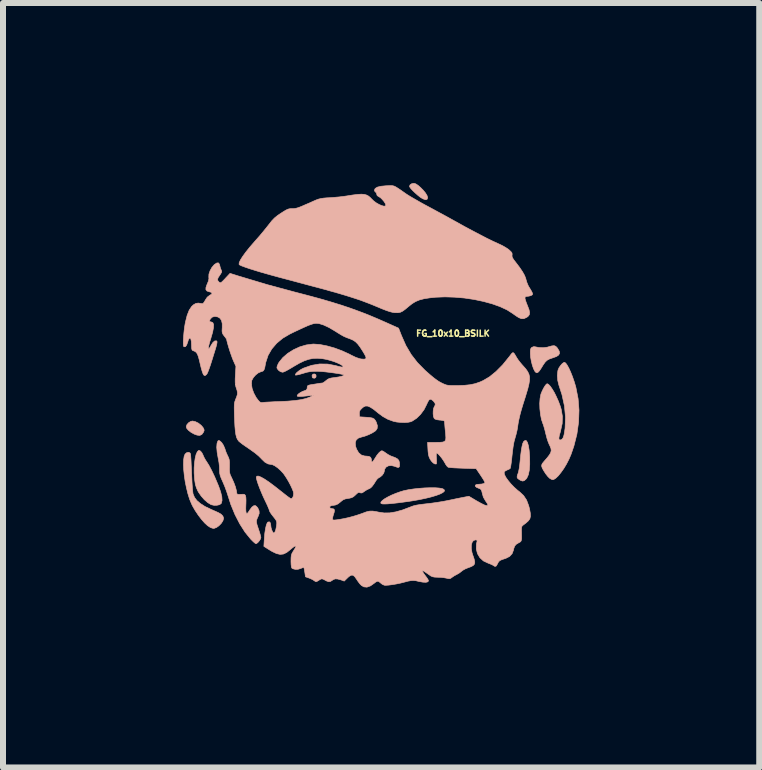
<source format=kicad_pcb>
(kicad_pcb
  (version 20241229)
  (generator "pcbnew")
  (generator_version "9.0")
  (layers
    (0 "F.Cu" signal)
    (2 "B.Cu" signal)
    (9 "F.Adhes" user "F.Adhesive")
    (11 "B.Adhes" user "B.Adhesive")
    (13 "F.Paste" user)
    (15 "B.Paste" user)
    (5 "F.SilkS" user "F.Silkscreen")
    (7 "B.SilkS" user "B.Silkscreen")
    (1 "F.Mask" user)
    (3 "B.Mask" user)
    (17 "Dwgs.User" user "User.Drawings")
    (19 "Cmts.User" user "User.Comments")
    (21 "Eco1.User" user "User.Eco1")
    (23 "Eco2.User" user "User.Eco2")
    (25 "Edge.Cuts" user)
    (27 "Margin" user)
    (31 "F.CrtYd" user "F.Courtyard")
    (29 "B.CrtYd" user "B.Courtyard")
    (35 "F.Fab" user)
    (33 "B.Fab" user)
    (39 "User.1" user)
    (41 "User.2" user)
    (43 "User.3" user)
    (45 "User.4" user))
  (footprint "FG_10x10_BSILK"
    (layer "F.Cu")
    (at 3.254 4.437)
    (property "Reference" "FG_10x10_BSILK" (at 1.245 -1.93 0) (layer "F.SilkS") (effects (font (size 0.1 0.1) (thickness 0.025))))
    (attr through_hole)
    (fp_poly (pts (xy -1.041 -1.244) (xy -1.035 -1.219) (xy -1.042 -1.193) (xy -1.064 -1.183) (xy -1.09 -1.188) (xy -1.1 -1.199) (xy -1.103 -1.231) (xy -1.088 -1.251) (xy -1.064 -1.255) (xy -1.041 -1.244)) (stroke (width 0.01) (type solid)) (fill yes) (layer "B.SilkS"))
    (fp_poly (pts (xy -3.049 -0.46) (xy -2.998 -0.435) (xy -2.952 -0.399) (xy -2.921 -0.363) (xy -2.905 -0.333) (xy -2.902 -0.311) (xy -2.911 -0.287) (xy -2.914 -0.282) (xy -2.94 -0.246) (xy -2.975 -0.23) (xy -3.02 -0.235) (xy -3.067 -0.252) (xy -3.121 -0.282) (xy -3.164 -0.316) (xy -3.192 -0.349) (xy -3.2 -0.374) (xy -3.189 -0.409) (xy -3.161 -0.441) (xy -3.124 -0.464) (xy -3.095 -0.47) (xy -3.049 -0.46)) (stroke (width 0.01) (type solid)) (fill yes) (layer "B.SilkS"))
    (fp_poly (pts (xy 0.625 -4.423) (xy 0.665 -4.397) (xy 0.708 -4.359) (xy 0.75 -4.316) (xy 0.787 -4.271) (xy 0.813 -4.229) (xy 0.823 -4.195) (xy 0.823 -4.189) (xy 0.813 -4.164) (xy 0.789 -4.158) (xy 0.75 -4.171) (xy 0.734 -4.179) (xy 0.699 -4.201) (xy 0.658 -4.234) (xy 0.615 -4.272) (xy 0.575 -4.31) (xy 0.543 -4.345) (xy 0.524 -4.372) (xy 0.521 -4.383) (xy 0.532 -4.408) (xy 0.56 -4.426) (xy 0.594 -4.432) (xy 0.625 -4.423)) (stroke (width 0.01) (type solid)) (fill yes) (layer "B.SilkS"))
    (fp_poly (pts (xy 2.47 -0.141) (xy 2.488 -0.11) (xy 2.503 -0.058) (xy 2.515 0.017) (xy 2.523 0.111) (xy 2.524 0.134) (xy 2.525 0.251) (xy 2.518 0.348) (xy 2.502 0.425) (xy 2.477 0.48) (xy 2.463 0.498) (xy 2.433 0.524) (xy 2.407 0.531) (xy 2.375 0.521) (xy 2.353 0.508) (xy 2.325 0.488) (xy 2.314 0.466) (xy 2.318 0.436) (xy 2.331 0.401) (xy 2.34 0.369) (xy 2.35 0.319) (xy 2.358 0.259) (xy 2.363 0.212) (xy 2.374 0.101) (xy 2.385 0.014) (xy 2.397 -0.052) (xy 2.409 -0.098) (xy 2.423 -0.127) (xy 2.425 -0.13) (xy 2.449 -0.147) (xy 2.47 -0.141)) (stroke (width 0.01) (type solid)) (fill yes) (layer "B.SilkS"))
    (fp_poly (pts (xy 0.945 0.642) (xy 1.013 0.647) (xy 1.063 0.655) (xy 1.083 0.663) (xy 1.104 0.681) (xy 1.101 0.701) (xy 1.076 0.723) (xy 1.031 0.746) (xy 0.967 0.77) (xy 0.887 0.794) (xy 0.79 0.818) (xy 0.681 0.841) (xy 0.559 0.862) (xy 0.426 0.881) (xy 0.318 0.895) (xy 0.226 0.905) (xy 0.157 0.911) (xy 0.107 0.913) (xy 0.073 0.912) (xy 0.053 0.907) (xy 0.043 0.899) (xy 0.045 0.88) (xy 0.068 0.855) (xy 0.107 0.826) (xy 0.161 0.795) (xy 0.224 0.764) (xy 0.294 0.735) (xy 0.367 0.709) (xy 0.427 0.691) (xy 0.503 0.675) (xy 0.59 0.662) (xy 0.682 0.652) (xy 0.775 0.645) (xy 0.864 0.642) (xy 0.945 0.642)) (stroke (width 0.01) (type solid)) (fill yes) (layer "B.SilkS"))
    (fp_poly (pts (xy 2.959 -1.715) (xy 2.983 -1.69) (xy 2.99 -1.68) (xy 3.016 -1.635) (xy 3.022 -1.599) (xy 3.007 -1.57) (xy 2.97 -1.545) (xy 2.909 -1.523) (xy 2.894 -1.518) (xy 2.849 -1.502) (xy 2.812 -1.481) (xy 2.78 -1.449) (xy 2.747 -1.402) (xy 2.72 -1.357) (xy 2.687 -1.307) (xy 2.661 -1.28) (xy 2.639 -1.274) (xy 2.617 -1.289) (xy 2.611 -1.298) (xy 2.589 -1.34) (xy 2.568 -1.4) (xy 2.551 -1.468) (xy 2.539 -1.537) (xy 2.535 -1.59) (xy 2.535 -1.639) (xy 2.539 -1.669) (xy 2.549 -1.687) (xy 2.559 -1.697) (xy 2.589 -1.709) (xy 2.61 -1.708) (xy 2.679 -1.695) (xy 2.752 -1.692) (xy 2.819 -1.701) (xy 2.839 -1.707) (xy 2.893 -1.722) (xy 2.931 -1.726) (xy 2.959 -1.715)) (stroke (width 0.01) (type solid)) (fill yes) (layer "B.SilkS"))
    (fp_poly (pts (xy -2.978 0.022) (xy -2.963 0.031) (xy -2.941 0.056) (xy -2.922 0.092) (xy -2.92 0.098) (xy -2.903 0.136) (xy -2.878 0.181) (xy -2.863 0.203) (xy -2.822 0.268) (xy -2.776 0.355) (xy -2.726 0.46) (xy -2.676 0.578) (xy -2.662 0.611) (xy -2.627 0.71) (xy -2.607 0.791) (xy -2.603 0.853) (xy -2.614 0.898) (xy -2.62 0.907) (xy -2.647 0.925) (xy -2.688 0.934) (xy -2.737 0.935) (xy -2.782 0.925) (xy -2.791 0.921) (xy -2.843 0.889) (xy -2.898 0.841) (xy -2.95 0.782) (xy -2.994 0.719) (xy -3.009 0.692) (xy -3.032 0.639) (xy -3.048 0.586) (xy -3.058 0.522) (xy -3.062 0.486) (xy -3.068 0.398) (xy -3.068 0.31) (xy -3.062 0.225) (xy -3.051 0.149) (xy -3.036 0.087) (xy -3.017 0.045) (xy -3.012 0.038) (xy -2.994 0.02) (xy -2.978 0.022)) (stroke (width 0.01) (type solid)) (fill yes) (layer "B.SilkS"))
    (fp_poly (pts (xy -3.14 0.06) (xy -3.131 0.073) (xy -3.127 0.092) (xy -3.124 0.132) (xy -3.12 0.19) (xy -3.117 0.261) (xy -3.113 0.343) (xy -3.111 0.394) (xy -3.107 0.482) (xy -3.103 0.564) (xy -3.098 0.637) (xy -3.093 0.695) (xy -3.088 0.734) (xy -3.086 0.746) (xy -3.062 0.803) (xy -3.022 0.856) (xy -2.965 0.905) (xy -2.888 0.954) (xy -2.788 1.002) (xy -2.729 1.028) (xy -2.662 1.058) (xy -2.617 1.085) (xy -2.59 1.113) (xy -2.579 1.143) (xy -2.578 1.156) (xy -2.589 1.193) (xy -2.616 1.235) (xy -2.654 1.274) (xy -2.695 1.304) (xy -2.735 1.319) (xy -2.746 1.32) (xy -2.768 1.315) (xy -2.8 1.303) (xy -2.8 1.303) (xy -2.843 1.275) (xy -2.893 1.229) (xy -2.946 1.169) (xy -3 1.098) (xy -3.051 1.022) (xy -3.096 0.944) (xy -3.112 0.91) (xy -3.144 0.833) (xy -3.172 0.743) (xy -3.196 0.645) (xy -3.217 0.544) (xy -3.232 0.442) (xy -3.242 0.345) (xy -3.246 0.256) (xy -3.244 0.18) (xy -3.235 0.119) (xy -3.22 0.082) (xy -3.195 0.059) (xy -3.165 0.051) (xy -3.14 0.06)) (stroke (width 0.01) (type solid)) (fill yes) (layer "B.SilkS"))
    (fp_poly (pts (xy -2.641 -0.139) (xy -2.61 -0.112) (xy -2.58 -0.066) (xy -2.556 -0.01) (xy -2.551 0.006) (xy -2.537 0.048) (xy -2.516 0.096) (xy -2.507 0.114) (xy -2.492 0.147) (xy -2.483 0.178) (xy -2.479 0.217) (xy -2.479 0.27) (xy -2.479 0.287) (xy -2.48 0.344) (xy -2.477 0.384) (xy -2.47 0.417) (xy -2.455 0.451) (xy -2.443 0.476) (xy -2.408 0.553) (xy -2.38 0.628) (xy -2.363 0.694) (xy -2.36 0.718) (xy -2.356 0.74) (xy -2.347 0.75) (xy -2.326 0.753) (xy -2.289 0.752) (xy -2.25 0.75) (xy -2.228 0.754) (xy -2.216 0.767) (xy -2.211 0.779) (xy -2.206 0.806) (xy -2.204 0.85) (xy -2.205 0.903) (xy -2.206 0.924) (xy -2.208 0.985) (xy -2.206 1.032) (xy -2.201 1.06) (xy -2.2 1.061) (xy -2.192 1.071) (xy -2.181 1.068) (xy -2.165 1.049) (xy -2.141 1.012) (xy -2.105 0.964) (xy -2.073 0.941) (xy -2.044 0.941) (xy -2.017 0.966) (xy -2.006 0.981) (xy -1.986 1.027) (xy -1.984 1.07) (xy -2.002 1.12) (xy -2.007 1.13) (xy -2.021 1.162) (xy -2.029 1.189) (xy -2.029 1.218) (xy -2.021 1.256) (xy -2.004 1.308) (xy -1.994 1.338) (xy -1.977 1.389) (xy -1.964 1.434) (xy -1.957 1.465) (xy -1.956 1.472) (xy -1.964 1.498) (xy -1.984 1.529) (xy -2.008 1.557) (xy -2.031 1.573) (xy -2.038 1.575) (xy -2.054 1.566) (xy -2.081 1.543) (xy -2.115 1.509) (xy -2.125 1.499) (xy -2.22 1.382) (xy -2.308 1.244) (xy -2.388 1.089) (xy -2.457 0.921) (xy -2.502 0.781) (xy -2.525 0.71) (xy -2.553 0.633) (xy -2.583 0.561) (xy -2.593 0.538) (xy -2.618 0.482) (xy -2.634 0.439) (xy -2.642 0.402) (xy -2.645 0.362) (xy -2.645 0.343) (xy -2.647 0.29) (xy -2.654 0.225) (xy -2.665 0.161) (xy -2.668 0.149) (xy -2.685 0.051) (xy -2.692 -0.032) (xy -2.687 -0.096) (xy -2.68 -0.12) (xy -2.668 -0.143) (xy -2.653 -0.145) (xy -2.641 -0.139)) (stroke (width 0.01) (type solid)) (fill yes) (layer "B.SilkS"))
    (fp_poly (pts (xy 3.124 -1.436) (xy 3.148 -1.403) (xy 3.176 -1.353) (xy 3.206 -1.288) (xy 3.236 -1.213) (xy 3.265 -1.13) (xy 3.291 -1.043) (xy 3.295 -1.026) (xy 3.331 -0.842) (xy 3.346 -0.649) (xy 3.339 -0.451) (xy 3.311 -0.251) (xy 3.261 -0.053) (xy 3.214 0.084) (xy 3.179 0.166) (xy 3.138 0.246) (xy 3.093 0.321) (xy 3.046 0.387) (xy 3.001 0.443) (xy 2.959 0.483) (xy 2.924 0.505) (xy 2.909 0.508) (xy 2.883 0.5) (xy 2.855 0.483) (xy 2.826 0.454) (xy 2.792 0.411) (xy 2.761 0.363) (xy 2.736 0.319) (xy 2.725 0.289) (xy 2.724 0.264) (xy 2.734 0.239) (xy 2.76 0.207) (xy 2.766 0.2) (xy 2.818 0.14) (xy 2.854 0.093) (xy 2.875 0.055) (xy 2.883 0.021) (xy 2.878 -0.014) (xy 2.862 -0.054) (xy 2.85 -0.078) (xy 2.832 -0.121) (xy 2.813 -0.178) (xy 2.797 -0.24) (xy 2.792 -0.258) (xy 2.778 -0.317) (xy 2.762 -0.374) (xy 2.748 -0.418) (xy 2.743 -0.429) (xy 2.72 -0.497) (xy 2.704 -0.581) (xy 2.694 -0.672) (xy 2.691 -0.763) (xy 2.697 -0.846) (xy 2.71 -0.914) (xy 2.712 -0.921) (xy 2.731 -0.967) (xy 2.754 -1.014) (xy 2.778 -1.054) (xy 2.8 -1.082) (xy 2.815 -1.092) (xy 2.838 -1.081) (xy 2.868 -1.049) (xy 2.901 -1.001) (xy 2.937 -0.941) (xy 2.971 -0.871) (xy 3.004 -0.797) (xy 3.032 -0.722) (xy 3.049 -0.667) (xy 3.069 -0.549) (xy 3.066 -0.428) (xy 3.038 -0.301) (xy 3.036 -0.292) (xy 3.018 -0.23) (xy 3.011 -0.188) (xy 3.013 -0.164) (xy 3.026 -0.154) (xy 3.038 -0.155) (xy 3.062 -0.165) (xy 3.081 -0.191) (xy 3.096 -0.236) (xy 3.107 -0.301) (xy 3.114 -0.351) (xy 3.121 -0.532) (xy 3.104 -0.719) (xy 3.062 -0.91) (xy 3.011 -1.067) (xy 2.992 -1.144) (xy 2.985 -1.227) (xy 2.993 -1.304) (xy 2.997 -1.321) (xy 3.013 -1.358) (xy 3.039 -1.395) (xy 3.067 -1.427) (xy 3.094 -1.446) (xy 3.104 -1.448) (xy 3.124 -1.436)) (stroke (width 0.01) (type solid)) (fill yes) (layer "B.SilkS"))
    (fp_poly (pts (xy 0.239 -4.392) (xy 0.264 -4.386) (xy 0.291 -4.373) (xy 0.325 -4.352) (xy 0.37 -4.322) (xy 0.43 -4.28) (xy 0.461 -4.258) (xy 0.501 -4.232) (xy 0.559 -4.197) (xy 0.629 -4.157) (xy 0.707 -4.112) (xy 0.789 -4.067) (xy 0.821 -4.05) (xy 0.914 -4) (xy 1.015 -3.945) (xy 1.117 -3.89) (xy 1.213 -3.837) (xy 1.294 -3.792) (xy 1.302 -3.788) (xy 1.436 -3.713) (xy 1.567 -3.643) (xy 1.691 -3.578) (xy 1.804 -3.519) (xy 1.904 -3.47) (xy 1.987 -3.432) (xy 2.011 -3.421) (xy 2.068 -3.394) (xy 2.124 -3.362) (xy 2.169 -3.332) (xy 2.18 -3.323) (xy 2.213 -3.292) (xy 2.229 -3.27) (xy 2.232 -3.248) (xy 2.23 -3.237) (xy 2.23 -3.214) (xy 2.238 -3.19) (xy 2.259 -3.157) (xy 2.287 -3.121) (xy 2.354 -3.033) (xy 2.404 -2.959) (xy 2.439 -2.897) (xy 2.459 -2.845) (xy 2.463 -2.828) (xy 2.478 -2.778) (xy 2.499 -2.728) (xy 2.508 -2.711) (xy 2.54 -2.659) (xy 2.56 -2.623) (xy 2.57 -2.6) (xy 2.573 -2.586) (xy 2.569 -2.577) (xy 2.565 -2.572) (xy 2.544 -2.56) (xy 2.509 -2.551) (xy 2.498 -2.55) (xy 2.464 -2.546) (xy 2.449 -2.537) (xy 2.446 -2.519) (xy 2.446 -2.515) (xy 2.452 -2.488) (xy 2.466 -2.447) (xy 2.485 -2.398) (xy 2.49 -2.386) (xy 2.514 -2.323) (xy 2.523 -2.275) (xy 2.517 -2.24) (xy 2.495 -2.212) (xy 2.473 -2.197) (xy 2.427 -2.176) (xy 2.385 -2.176) (xy 2.343 -2.193) (xy 2.312 -2.212) (xy 2.271 -2.24) (xy 2.241 -2.262) (xy 2.147 -2.322) (xy 2.031 -2.376) (xy 1.899 -2.423) (xy 1.753 -2.463) (xy 1.597 -2.496) (xy 1.436 -2.52) (xy 1.273 -2.534) (xy 1.111 -2.539) (xy 0.955 -2.533) (xy 0.86 -2.523) (xy 0.764 -2.508) (xy 0.687 -2.488) (xy 0.622 -2.461) (xy 0.562 -2.424) (xy 0.502 -2.376) (xy 0.447 -2.33) (xy 0.405 -2.3) (xy 0.367 -2.282) (xy 0.329 -2.275) (xy 0.284 -2.276) (xy 0.273 -2.276) (xy 0.235 -2.282) (xy 0.189 -2.294) (xy 0.133 -2.313) (xy 0.061 -2.341) (xy -0.013 -2.372) (xy -0.085 -2.402) (xy -0.155 -2.43) (xy -0.226 -2.457) (xy -0.298 -2.484) (xy -0.376 -2.51) (xy -0.46 -2.537) (xy -0.553 -2.566) (xy -0.657 -2.597) (xy -0.774 -2.63) (xy -0.906 -2.667) (xy -1.056 -2.707) (xy -1.225 -2.752) (xy -1.415 -2.803) (xy -1.505 -2.827) (xy -1.66 -2.868) (xy -1.802 -2.907) (xy -1.93 -2.943) (xy -2.043 -2.977) (xy -2.139 -3.007) (xy -2.216 -3.033) (xy -2.273 -3.054) (xy -2.308 -3.07) (xy -2.319 -3.079) (xy -2.318 -3.107) (xy -2.298 -3.152) (xy -2.261 -3.211) (xy -2.209 -3.283) (xy -2.14 -3.369) (xy -2.057 -3.465) (xy -2.033 -3.492) (xy -1.979 -3.553) (xy -1.923 -3.62) (xy -1.871 -3.684) (xy -1.829 -3.737) (xy -1.822 -3.746) (xy -1.774 -3.807) (xy -1.73 -3.853) (xy -1.681 -3.893) (xy -1.642 -3.92) (xy -1.585 -3.957) (xy -1.544 -3.982) (xy -1.513 -3.998) (xy -1.487 -4.006) (xy -1.46 -4.01) (xy -1.428 -4.01) (xy -1.404 -4.011) (xy -1.381 -4.014) (xy -1.354 -4.02) (xy -1.32 -4.031) (xy -1.277 -4.048) (xy -1.22 -4.073) (xy -1.145 -4.105) (xy -1.079 -4.135) (xy -1.033 -4.155) (xy -0.994 -4.169) (xy -0.956 -4.178) (xy -0.912 -4.185) (xy -0.854 -4.19) (xy -0.806 -4.192) (xy -0.73 -4.198) (xy -0.65 -4.205) (xy -0.577 -4.214) (xy -0.527 -4.221) (xy -0.425 -4.237) (xy -0.344 -4.247) (xy -0.281 -4.251) (xy -0.232 -4.247) (xy -0.193 -4.236) (xy -0.16 -4.218) (xy -0.129 -4.191) (xy -0.113 -4.174) (xy -0.076 -4.138) (xy -0.033 -4.106) (xy 0.013 -4.08) (xy 0.056 -4.061) (xy 0.093 -4.051) (xy 0.118 -4.053) (xy 0.127 -4.068) (xy 0.118 -4.094) (xy 0.096 -4.129) (xy 0.066 -4.164) (xy 0.035 -4.194) (xy 0.011 -4.208) (xy -0.018 -4.227) (xy -0.025 -4.25) (xy -0.033 -4.275) (xy -0.044 -4.284) (xy -0.06 -4.302) (xy -0.064 -4.317) (xy -0.051 -4.346) (xy -0.015 -4.368) (xy 0.046 -4.383) (xy 0.13 -4.391) (xy 0.14 -4.391) (xy 0.181 -4.393) (xy 0.213 -4.394) (xy 0.239 -4.392)) (stroke (width 0.01) (type solid)) (fill yes) (layer "B.SilkS"))
    (fp_poly (pts (xy -2.647 -3.084) (xy -2.641 -3.061) (xy -2.631 -3.021) (xy -2.617 -2.986) (xy -2.617 -2.986) (xy -2.609 -2.966) (xy -2.612 -2.947) (xy -2.628 -2.92) (xy -2.64 -2.902) (xy -2.668 -2.86) (xy -2.678 -2.831) (xy -2.672 -2.807) (xy -2.654 -2.787) (xy -2.641 -2.777) (xy -2.629 -2.774) (xy -2.614 -2.782) (xy -2.59 -2.804) (xy -2.555 -2.84) (xy -2.549 -2.847) (xy -2.47 -2.931) (xy -2.33 -2.887) (xy -1.853 -2.744) (xy -1.397 -2.621) (xy -1.175 -2.563) (xy -0.975 -2.509) (xy -0.793 -2.456) (xy -0.624 -2.404) (xy -0.466 -2.351) (xy -0.315 -2.296) (xy -0.167 -2.239) (xy -0.019 -2.177) (xy 0.127 -2.113) (xy 0.339 -2.018) (xy 0.387 -1.895) (xy 0.461 -1.728) (xy 0.549 -1.579) (xy 0.653 -1.444) (xy 0.778 -1.317) (xy 0.792 -1.304) (xy 0.863 -1.242) (xy 0.92 -1.194) (xy 0.968 -1.158) (xy 1.01 -1.129) (xy 1.053 -1.106) (xy 1.075 -1.095) (xy 1.107 -1.081) (xy 1.135 -1.071) (xy 1.166 -1.065) (xy 1.205 -1.062) (xy 1.258 -1.061) (xy 1.321 -1.061) (xy 1.435 -1.065) (xy 1.531 -1.075) (xy 1.616 -1.093) (xy 1.697 -1.121) (xy 1.748 -1.144) (xy 1.855 -1.207) (xy 1.963 -1.295) (xy 2.074 -1.407) (xy 2.185 -1.544) (xy 2.191 -1.552) (xy 2.219 -1.589) (xy 2.238 -1.608) (xy 2.254 -1.608) (xy 2.271 -1.589) (xy 2.295 -1.549) (xy 2.305 -1.531) (xy 2.331 -1.491) (xy 2.368 -1.443) (xy 2.409 -1.395) (xy 2.416 -1.388) (xy 2.459 -1.339) (xy 2.49 -1.295) (xy 2.511 -1.252) (xy 2.522 -1.206) (xy 2.522 -1.152) (xy 2.512 -1.088) (xy 2.493 -1.009) (xy 2.464 -0.912) (xy 2.451 -0.869) (xy 2.414 -0.753) (xy 2.385 -0.657) (xy 2.363 -0.576) (xy 2.347 -0.507) (xy 2.334 -0.444) (xy 2.325 -0.385) (xy 2.325 -0.381) (xy 2.314 -0.316) (xy 2.297 -0.245) (xy 2.281 -0.189) (xy 2.263 -0.124) (xy 2.248 -0.041) (xy 2.235 0.063) (xy 2.23 0.107) (xy 2.223 0.176) (xy 2.215 0.237) (xy 2.208 0.285) (xy 2.201 0.315) (xy 2.198 0.322) (xy 2.177 0.335) (xy 2.145 0.348) (xy 2.143 0.349) (xy 2.109 0.368) (xy 2.098 0.39) (xy 2.104 0.422) (xy 2.126 0.467) (xy 2.163 0.519) (xy 2.21 0.576) (xy 2.264 0.632) (xy 2.323 0.685) (xy 2.359 0.713) (xy 2.423 0.773) (xy 2.472 0.847) (xy 2.507 0.94) (xy 2.521 0.992) (xy 2.534 1.063) (xy 2.537 1.117) (xy 2.527 1.159) (xy 2.501 1.195) (xy 2.458 1.233) (xy 2.419 1.262) (xy 2.402 1.276) (xy 2.392 1.291) (xy 2.388 1.316) (xy 2.387 1.355) (xy 2.388 1.383) (xy 2.389 1.447) (xy 2.389 1.49) (xy 2.385 1.518) (xy 2.377 1.536) (xy 2.362 1.549) (xy 2.34 1.56) (xy 2.337 1.562) (xy 2.298 1.586) (xy 2.274 1.615) (xy 2.259 1.656) (xy 2.254 1.681) (xy 2.231 1.741) (xy 2.189 1.787) (xy 2.126 1.819) (xy 2.11 1.824) (xy 2.059 1.841) (xy 2.025 1.857) (xy 2.004 1.879) (xy 1.987 1.911) (xy 1.985 1.915) (xy 1.967 1.946) (xy 1.946 1.954) (xy 1.92 1.939) (xy 1.919 1.938) (xy 1.896 1.925) (xy 1.858 1.909) (xy 1.829 1.898) (xy 1.753 1.862) (xy 1.694 1.808) (xy 1.654 1.741) (xy 1.634 1.664) (xy 1.636 1.58) (xy 1.646 1.54) (xy 1.648 1.519) (xy 1.633 1.512) (xy 1.621 1.511) (xy 1.587 1.522) (xy 1.564 1.553) (xy 1.552 1.599) (xy 1.551 1.658) (xy 1.563 1.724) (xy 1.576 1.765) (xy 1.599 1.832) (xy 1.609 1.88) (xy 1.604 1.914) (xy 1.582 1.939) (xy 1.543 1.959) (xy 1.499 1.975) (xy 1.452 1.994) (xy 1.409 2.018) (xy 1.391 2.032) (xy 1.353 2.062) (xy 1.312 2.086) (xy 1.308 2.088) (xy 1.267 2.11) (xy 1.23 2.135) (xy 1.229 2.136) (xy 1.205 2.153) (xy 1.183 2.158) (xy 1.152 2.153) (xy 1.136 2.149) (xy 1.092 2.141) (xy 1.037 2.135) (xy 0.992 2.134) (xy 0.942 2.132) (xy 0.908 2.126) (xy 0.877 2.113) (xy 0.843 2.089) (xy 0.805 2.063) (xy 0.774 2.041) (xy 0.759 2.032) (xy 0.74 2.025) (xy 0.738 2.035) (xy 0.751 2.061) (xy 0.779 2.1) (xy 0.787 2.111) (xy 0.814 2.147) (xy 0.832 2.177) (xy 0.838 2.192) (xy 0.827 2.21) (xy 0.795 2.218) (xy 0.746 2.216) (xy 0.682 2.205) (xy 0.678 2.204) (xy 0.628 2.192) (xy 0.586 2.188) (xy 0.545 2.19) (xy 0.496 2.199) (xy 0.432 2.216) (xy 0.369 2.232) (xy 0.301 2.246) (xy 0.234 2.257) (xy 0.174 2.265) (xy 0.127 2.268) (xy 0.102 2.267) (xy 0.068 2.252) (xy 0.037 2.228) (xy 0.01 2.205) (xy -0.014 2.2) (xy -0.042 2.214) (xy -0.066 2.233) (xy -0.13 2.278) (xy -0.188 2.299) (xy -0.24 2.294) (xy -0.281 2.27) (xy -0.306 2.244) (xy -0.336 2.205) (xy -0.36 2.169) (xy -0.393 2.122) (xy -0.422 2.1) (xy -0.452 2.1) (xy -0.487 2.121) (xy -0.515 2.147) (xy -0.567 2.198) (xy -0.621 2.178) (xy -0.677 2.163) (xy -0.718 2.161) (xy -0.752 2.175) (xy -0.765 2.184) (xy -0.797 2.204) (xy -0.827 2.208) (xy -0.864 2.195) (xy -0.889 2.181) (xy -0.923 2.164) (xy -0.945 2.161) (xy -0.965 2.169) (xy -0.997 2.189) (xy -1.015 2.2) (xy -1.038 2.208) (xy -1.059 2.197) (xy -1.065 2.193) (xy -1.091 2.175) (xy -1.131 2.156) (xy -1.151 2.148) (xy -1.213 2.126) (xy -1.224 2.051) (xy -1.231 2.01) (xy -1.237 1.98) (xy -1.24 1.97) (xy -1.252 1.972) (xy -1.279 1.982) (xy -1.29 1.987) (xy -1.336 2.001) (xy -1.384 2.002) (xy -1.424 1.992) (xy -1.44 1.981) (xy -1.447 1.962) (xy -1.452 1.925) (xy -1.454 1.876) (xy -1.454 1.863) (xy -1.453 1.809) (xy -1.449 1.771) (xy -1.44 1.741) (xy -1.423 1.71) (xy -1.413 1.694) (xy -1.391 1.659) (xy -1.376 1.632) (xy -1.372 1.621) (xy -1.38 1.612) (xy -1.403 1.623) (xy -1.441 1.652) (xy -1.469 1.676) (xy -1.526 1.721) (xy -1.58 1.747) (xy -1.635 1.753) (xy -1.696 1.739) (xy -1.766 1.706) (xy -1.808 1.681) (xy -1.906 1.619) (xy -1.899 1.499) (xy -1.891 1.402) (xy -1.879 1.323) (xy -1.865 1.263) (xy -1.849 1.225) (xy -1.838 1.214) (xy -1.814 1.21) (xy -1.798 1.228) (xy -1.791 1.266) (xy -1.791 1.274) (xy -1.786 1.308) (xy -1.775 1.346) (xy -1.76 1.378) (xy -1.745 1.396) (xy -1.74 1.397) (xy -1.725 1.385) (xy -1.71 1.351) (xy -1.699 1.298) (xy -1.694 1.266) (xy -1.691 1.233) (xy -1.693 1.208) (xy -1.703 1.184) (xy -1.724 1.154) (xy -1.751 1.12) (xy -1.782 1.08) (xy -1.805 1.044) (xy -1.816 1.021) (xy -1.816 1.017) (xy -1.822 0.997) (xy -1.833 0.969) (xy -0.81 0.969) (xy -0.796 0.984) (xy -0.767 0.991) (xy -0.74 0.996) (xy -0.729 1.015) (xy -0.734 1.051) (xy -0.743 1.078) (xy -0.755 1.118) (xy -0.761 1.151) (xy -0.762 1.159) (xy -0.76 1.173) (xy -0.75 1.179) (xy -0.726 1.18) (xy -0.687 1.176) (xy -0.641 1.169) (xy -0.58 1.158) (xy -0.515 1.144) (xy -0.486 1.137) (xy -0.418 1.119) (xy -0.346 1.097) (xy -0.281 1.075) (xy -0.262 1.068) (xy -0.198 1.044) (xy -0.145 1.032) (xy -0.093 1.031) (xy -0.033 1.04) (xy 0.009 1.049) (xy 0.098 1.062) (xy 0.191 1.061) (xy 0.293 1.044) (xy 0.406 1.012) (xy 0.535 0.963) (xy 0.54 0.961) (xy 0.583 0.945) (xy 0.636 0.932) (xy 0.703 0.921) (xy 0.788 0.911) (xy 0.806 0.909) (xy 0.891 0.899) (xy 0.982 0.886) (xy 1.07 0.872) (xy 1.144 0.858) (xy 1.149 0.857) (xy 1.222 0.842) (xy 1.297 0.826) (xy 1.366 0.812) (xy 1.406 0.804) (xy 1.511 0.784) (xy 1.642 0.862) (xy 1.716 0.903) (xy 1.771 0.93) (xy 1.808 0.94) (xy 1.826 0.936) (xy 1.824 0.916) (xy 1.802 0.881) (xy 1.789 0.863) (xy 1.752 0.799) (xy 1.735 0.74) (xy 1.725 0.698) (xy 1.714 0.674) (xy 1.697 0.66) (xy 1.679 0.653) (xy 1.637 0.635) (xy 1.617 0.615) (xy 1.619 0.598) (xy 1.643 0.587) (xy 1.674 0.584) (xy 1.726 0.58) (xy 1.762 0.571) (xy 1.777 0.557) (xy 1.778 0.554) (xy 1.771 0.538) (xy 1.753 0.506) (xy 1.726 0.464) (xy 1.705 0.432) (xy 1.632 0.324) (xy 1.41 0.317) (xy 1.336 0.314) (xy 1.269 0.311) (xy 1.216 0.307) (xy 1.179 0.303) (xy 1.165 0.3) (xy 1.146 0.283) (xy 1.123 0.251) (xy 1.112 0.23) (xy 1.088 0.19) (xy 1.058 0.147) (xy 1.027 0.109) (xy 0.999 0.079) (xy 0.979 0.064) (xy 0.975 0.064) (xy 0.968 0.076) (xy 0.967 0.112) (xy 0.97 0.152) (xy 0.972 0.196) (xy 0.972 0.23) (xy 0.968 0.246) (xy 0.968 0.246) (xy 0.945 0.246) (xy 0.916 0.229) (xy 0.886 0.198) (xy 0.864 0.165) (xy 0.847 0.128) (xy 0.836 0.086) (xy 0.83 0.032) (xy 0.828 -0.003) (xy 0.822 -0.114) (xy 0.955 -0.114) (xy 1.026 -0.115) (xy 1.075 -0.119) (xy 1.106 -0.13) (xy 1.122 -0.152) (xy 1.127 -0.188) (xy 1.124 -0.244) (xy 1.119 -0.294) (xy 1.113 -0.354) (xy 1.109 -0.405) (xy 1.106 -0.443) (xy 1.105 -0.46) (xy 1.099 -0.472) (xy 1.077 -0.479) (xy 1.036 -0.485) (xy 1.027 -0.485) (xy 0.976 -0.492) (xy 0.945 -0.503) (xy 0.932 -0.515) (xy 0.92 -0.545) (xy 0.915 -0.59) (xy 0.916 -0.639) (xy 0.923 -0.682) (xy 0.933 -0.706) (xy 0.95 -0.738) (xy 0.946 -0.768) (xy 0.92 -0.801) (xy 0.914 -0.807) (xy 0.886 -0.829) (xy 0.863 -0.833) (xy 0.843 -0.817) (xy 0.822 -0.78) (xy 0.807 -0.746) (xy 0.763 -0.659) (xy 0.705 -0.581) (xy 0.639 -0.516) (xy 0.569 -0.47) (xy 0.542 -0.458) (xy 0.499 -0.449) (xy 0.44 -0.445) (xy 0.374 -0.447) (xy 0.309 -0.453) (xy 0.254 -0.465) (xy 0.253 -0.465) (xy 0.16 -0.499) (xy 0.076 -0.546) (xy -0.009 -0.609) (xy -0.014 -0.614) (xy -0.08 -0.667) (xy -0.133 -0.701) (xy -0.175 -0.719) (xy -0.212 -0.72) (xy -0.245 -0.705) (xy -0.275 -0.68) (xy -0.303 -0.649) (xy -0.314 -0.622) (xy -0.315 -0.588) (xy -0.315 -0.588) (xy -0.311 -0.54) (xy -0.202 -0.533) (xy -0.14 -0.528) (xy -0.098 -0.52) (xy -0.069 -0.505) (xy -0.049 -0.481) (xy -0.033 -0.452) (xy -0.014 -0.393) (xy -0.018 -0.345) (xy -0.043 -0.308) (xy -0.046 -0.306) (xy -0.095 -0.274) (xy -0.158 -0.243) (xy -0.223 -0.218) (xy -0.275 -0.204) (xy -0.332 -0.185) (xy -0.368 -0.153) (xy -0.383 -0.107) (xy -0.377 -0.048) (xy -0.362 -0.003) (xy -0.327 0.058) (xy -0.281 0.097) (xy -0.222 0.114) (xy -0.205 0.114) (xy -0.156 0.119) (xy -0.127 0.134) (xy -0.115 0.163) (xy -0.114 0.18) (xy -0.111 0.208) (xy -0.099 0.213) (xy -0.081 0.193) (xy -0.057 0.156) (xy -0.023 0.102) (xy 0.011 0.06) (xy 0.041 0.033) (xy 0.061 0.025) (xy 0.081 0.033) (xy 0.111 0.052) (xy 0.127 0.064) (xy 0.166 0.09) (xy 0.206 0.111) (xy 0.218 0.116) (xy 0.279 0.138) (xy 0.319 0.16) (xy 0.343 0.186) (xy 0.353 0.221) (xy 0.356 0.261) (xy 0.353 0.29) (xy 0.341 0.303) (xy 0.316 0.301) (xy 0.273 0.285) (xy 0.273 0.285) (xy 0.218 0.272) (xy 0.169 0.277) (xy 0.131 0.298) (xy 0.107 0.333) (xy 0.102 0.363) (xy 0.092 0.397) (xy 0.067 0.433) (xy 0.034 0.462) (xy 0.018 0.47) (xy -0.01 0.489) (xy -0.033 0.517) (xy -0.07 0.576) (xy -0.099 0.616) (xy -0.123 0.641) (xy -0.145 0.656) (xy -0.154 0.659) (xy -0.188 0.675) (xy -0.226 0.699) (xy -0.234 0.705) (xy -0.265 0.726) (xy -0.287 0.73) (xy -0.303 0.725) (xy -0.321 0.719) (xy -0.34 0.726) (xy -0.365 0.748) (xy -0.378 0.761) (xy -0.412 0.791) (xy -0.444 0.808) (xy -0.486 0.818) (xy -0.502 0.82) (xy -0.551 0.829) (xy -0.588 0.845) (xy -0.625 0.874) (xy -0.63 0.879) (xy -0.672 0.912) (xy -0.71 0.929) (xy -0.738 0.934) (xy -0.774 0.939) (xy -0.799 0.948) (xy -0.803 0.951) (xy -0.81 0.969) (xy -1.833 0.969) (xy -1.837 0.961) (xy -1.859 0.912) (xy -1.886 0.856) (xy -1.886 0.856) (xy -1.918 0.788) (xy -1.949 0.716) (xy -1.978 0.645) (xy -2.003 0.578) (xy -2.021 0.522) (xy -2.031 0.481) (xy -2.032 0.468) (xy -2.023 0.449) (xy -1.997 0.448) (xy -1.953 0.465) (xy -1.893 0.499) (xy -1.817 0.55) (xy -1.725 0.619) (xy -1.617 0.704) (xy -1.594 0.722) (xy -1.545 0.761) (xy -1.503 0.793) (xy -1.47 0.816) (xy -1.453 0.825) (xy -1.452 0.826) (xy -1.432 0.814) (xy -1.417 0.785) (xy -1.41 0.744) (xy -1.41 0.738) (xy -1.416 0.705) (xy -1.435 0.657) (xy -1.462 0.599) (xy -1.495 0.537) (xy -1.531 0.477) (xy -1.567 0.423) (xy -1.581 0.404) (xy -1.626 0.355) (xy -1.675 0.311) (xy -1.723 0.277) (xy -1.765 0.257) (xy -1.785 0.254) (xy -1.837 0.245) (xy -1.889 0.216) (xy -1.942 0.165) (xy -1.949 0.157) (xy -1.993 0.113) (xy -2.054 0.062) (xy -2.127 0.01) (xy -2.151 -0.007) (xy -2.207 -0.045) (xy -2.259 -0.081) (xy -2.299 -0.112) (xy -2.325 -0.134) (xy -2.326 -0.136) (xy -2.345 -0.162) (xy -2.361 -0.196) (xy -2.373 -0.243) (xy -2.382 -0.305) (xy -2.389 -0.384) (xy -2.394 -0.484) (xy -2.397 -0.546) (xy -2.399 -0.629) (xy -2.4 -0.691) (xy -2.399 -0.737) (xy -2.396 -0.77) (xy -2.39 -0.795) (xy -2.382 -0.817) (xy -2.382 -0.819) (xy -2.36 -0.873) (xy -2.348 -0.913) (xy -2.347 -0.947) (xy -2.354 -0.984) (xy -2.364 -1.013) (xy -2.375 -1.049) (xy -2.382 -1.082) (xy -2.382 -1.082) (xy -2.113 -1.082) (xy -2.102 -1.012) (xy -2.075 -0.937) (xy -2.036 -0.864) (xy -1.999 -0.814) (xy -1.973 -0.787) (xy -1.949 -0.778) (xy -1.925 -0.779) (xy -1.9 -0.782) (xy -1.854 -0.785) (xy -1.793 -0.788) (xy -1.722 -0.792) (xy -1.657 -0.794) (xy -1.509 -0.801) (xy -1.384 -0.812) (xy -1.281 -0.827) (xy -1.199 -0.847) (xy -1.137 -0.87) (xy -1.137 -0.87) (xy -1.073 -0.901) (xy -1.124 -0.895) (xy -1.211 -0.886) (xy -1.274 -0.88) (xy -1.318 -0.879) (xy -1.343 -0.882) (xy -1.351 -0.887) (xy -1.348 -0.902) (xy -1.327 -0.924) (xy -1.295 -0.946) (xy -1.258 -0.965) (xy -1.232 -0.974) (xy -1.201 -0.986) (xy -1.187 -1.005) (xy -1.184 -1.026) (xy -1.182 -1.043) (xy -1.178 -1.055) (xy -1.168 -1.063) (xy -1.148 -1.07) (xy -1.113 -1.077) (xy -1.06 -1.085) (xy -1.016 -1.092) (xy -0.972 -1.099) (xy -0.939 -1.103) (xy -0.924 -1.105) (xy -0.91 -1.113) (xy -0.885 -1.132) (xy -0.87 -1.144) (xy -0.843 -1.165) (xy -0.815 -1.179) (xy -0.777 -1.188) (xy -0.723 -1.195) (xy -0.663 -1.204) (xy -0.616 -1.214) (xy -0.585 -1.225) (xy -0.573 -1.235) (xy -0.574 -1.239) (xy -0.592 -1.246) (xy -0.629 -1.254) (xy -0.682 -1.263) (xy -0.745 -1.272) (xy -0.812 -1.281) (xy -0.88 -1.289) (xy -0.942 -1.295) (xy -0.994 -1.298) (xy -1.01 -1.299) (xy -1.079 -1.298) (xy -1.135 -1.293) (xy -1.189 -1.283) (xy -1.254 -1.264) (xy -1.254 -1.264) (xy -1.305 -1.249) (xy -1.347 -1.239) (xy -1.374 -1.235) (xy -1.38 -1.236) (xy -1.379 -1.251) (xy -1.361 -1.274) (xy -1.329 -1.301) (xy -1.29 -1.328) (xy -1.246 -1.351) (xy -1.246 -1.351) (xy -1.112 -1.398) (xy -0.976 -1.421) (xy -0.84 -1.419) (xy -0.707 -1.393) (xy -0.704 -1.392) (xy -0.656 -1.379) (xy -0.618 -1.371) (xy -0.595 -1.368) (xy -0.592 -1.369) (xy -0.587 -1.381) (xy -0.604 -1.398) (xy -0.637 -1.418) (xy -0.683 -1.439) (xy -0.739 -1.461) (xy -0.8 -1.48) (xy -0.863 -1.497) (xy -0.924 -1.508) (xy -0.938 -1.51) (xy -1.015 -1.516) (xy -1.087 -1.513) (xy -1.157 -1.499) (xy -1.231 -1.474) (xy -1.313 -1.435) (xy -1.407 -1.381) (xy -1.453 -1.353) (xy -1.503 -1.324) (xy -1.548 -1.3) (xy -1.581 -1.286) (xy -1.594 -1.283) (xy -1.629 -1.292) (xy -1.661 -1.315) (xy -1.684 -1.344) (xy -1.689 -1.364) (xy -1.682 -1.39) (xy -1.666 -1.427) (xy -1.653 -1.449) (xy -1.591 -1.526) (xy -1.509 -1.597) (xy -1.412 -1.658) (xy -1.308 -1.706) (xy -1.2 -1.738) (xy -1.094 -1.752) (xy -1.077 -1.753) (xy -0.972 -1.745) (xy -0.854 -1.722) (xy -0.729 -1.687) (xy -0.603 -1.64) (xy -0.482 -1.585) (xy -0.451 -1.568) (xy -0.374 -1.531) (xy -0.31 -1.509) (xy -0.284 -1.504) (xy -0.239 -1.501) (xy -0.213 -1.505) (xy -0.203 -1.519) (xy -0.209 -1.546) (xy -0.231 -1.588) (xy -0.258 -1.633) (xy -0.303 -1.703) (xy -0.342 -1.754) (xy -0.378 -1.79) (xy -0.416 -1.816) (xy -0.461 -1.836) (xy -0.471 -1.84) (xy -0.523 -1.859) (xy -0.57 -1.879) (xy -0.617 -1.905) (xy -0.673 -1.939) (xy -0.712 -1.964) (xy -0.818 -2.027) (xy -0.91 -2.07) (xy -0.986 -2.094) (xy -1.029 -2.098) (xy -1.054 -2.097) (xy -1.084 -2.091) (xy -1.121 -2.079) (xy -1.168 -2.062) (xy -1.227 -2.036) (xy -1.301 -2.002) (xy -1.393 -1.959) (xy -1.473 -1.92) (xy -1.592 -1.85) (xy -1.693 -1.766) (xy -1.775 -1.67) (xy -1.836 -1.564) (xy -1.874 -1.449) (xy -1.881 -1.416) (xy -1.891 -1.361) (xy -1.902 -1.327) (xy -1.916 -1.306) (xy -1.937 -1.296) (xy -1.956 -1.291) (xy -1.998 -1.273) (xy -2.043 -1.238) (xy -2.081 -1.195) (xy -2.106 -1.15) (xy -2.108 -1.143) (xy -2.113 -1.082) (xy -2.382 -1.082) (xy -2.384 -1.121) (xy -2.384 -1.172) (xy -2.381 -1.233) (xy -2.372 -1.381) (xy -2.418 -1.484) (xy -2.434 -1.525) (xy -2.453 -1.578) (xy -2.474 -1.639) (xy -2.493 -1.7) (xy -2.509 -1.756) (xy -2.521 -1.801) (xy -2.527 -1.83) (xy -2.527 -1.833) (xy -2.535 -1.845) (xy -2.553 -1.87) (xy -2.567 -1.887) (xy -2.588 -1.916) (xy -2.599 -1.94) (xy -2.603 -1.97) (xy -2.601 -2.014) (xy -2.6 -2.021) (xy -2.6 -2.093) (xy -2.612 -2.146) (xy -2.638 -2.183) (xy -2.672 -2.204) (xy -2.724 -2.214) (xy -2.768 -2.201) (xy -2.799 -2.17) (xy -2.812 -2.141) (xy -2.804 -2.125) (xy -2.782 -2.121) (xy -2.757 -2.11) (xy -2.744 -2.079) (xy -2.746 -2.026) (xy -2.76 -1.951) (xy -2.788 -1.855) (xy -2.788 -1.853) (xy -2.81 -1.783) (xy -2.824 -1.729) (xy -2.829 -1.693) (xy -2.828 -1.676) (xy -2.818 -1.679) (xy -2.8 -1.705) (xy -2.79 -1.724) (xy -2.758 -1.776) (xy -2.727 -1.804) (xy -2.699 -1.807) (xy -2.692 -1.803) (xy -2.687 -1.795) (xy -2.687 -1.779) (xy -2.692 -1.75) (xy -2.703 -1.706) (xy -2.722 -1.643) (xy -2.742 -1.579) (xy -2.772 -1.482) (xy -2.796 -1.406) (xy -2.816 -1.349) (xy -2.831 -1.308) (xy -2.843 -1.278) (xy -2.853 -1.258) (xy -2.863 -1.245) (xy -2.87 -1.239) (xy -2.888 -1.226) (xy -2.903 -1.233) (xy -2.912 -1.241) (xy -2.922 -1.262) (xy -2.936 -1.302) (xy -2.951 -1.355) (xy -2.964 -1.407) (xy -2.982 -1.485) (xy -2.998 -1.543) (xy -3.013 -1.583) (xy -3.03 -1.61) (xy -3.051 -1.628) (xy -3.078 -1.64) (xy -3.089 -1.643) (xy -3.101 -1.652) (xy -3.108 -1.67) (xy -3.111 -1.706) (xy -3.112 -1.736) (xy -3.115 -1.796) (xy -3.123 -1.835) (xy -3.135 -1.853) (xy -3.15 -1.848) (xy -3.165 -1.82) (xy -3.176 -1.784) (xy -3.193 -1.737) (xy -3.213 -1.71) (xy -3.235 -1.707) (xy -3.24 -1.709) (xy -3.246 -1.726) (xy -3.249 -1.763) (xy -3.248 -1.816) (xy -3.244 -1.879) (xy -3.238 -1.949) (xy -3.23 -2.021) (xy -3.219 -2.089) (xy -3.213 -2.12) (xy -3.185 -2.231) (xy -3.151 -2.317) (xy -3.11 -2.379) (xy -3.081 -2.406) (xy -3.042 -2.429) (xy -3 -2.436) (xy -2.947 -2.428) (xy -2.934 -2.425) (xy -2.917 -2.432) (xy -2.894 -2.463) (xy -2.884 -2.483) (xy -2.85 -2.534) (xy -2.812 -2.563) (xy -2.81 -2.565) (xy -2.778 -2.584) (xy -2.771 -2.602) (xy -2.789 -2.617) (xy -2.813 -2.623) (xy -2.853 -2.636) (xy -2.872 -2.658) (xy -2.872 -2.693) (xy -2.855 -2.743) (xy -2.851 -2.752) (xy -2.83 -2.803) (xy -2.822 -2.843) (xy -2.824 -2.87) (xy -2.822 -2.918) (xy -2.803 -2.974) (xy -2.773 -3.029) (xy -2.734 -3.075) (xy -2.728 -3.08) (xy -2.691 -3.104) (xy -2.664 -3.106) (xy -2.647 -3.084)) (stroke (width 0.01) (type solid)) (fill yes) (layer "B.SilkS")))
  (gr_rect
    (start -3 -3)
    (end 9.604 9.741)
    (stroke (width 0.1) (type default))
    (fill no)
    (layer "Edge.Cuts")))
</source>
